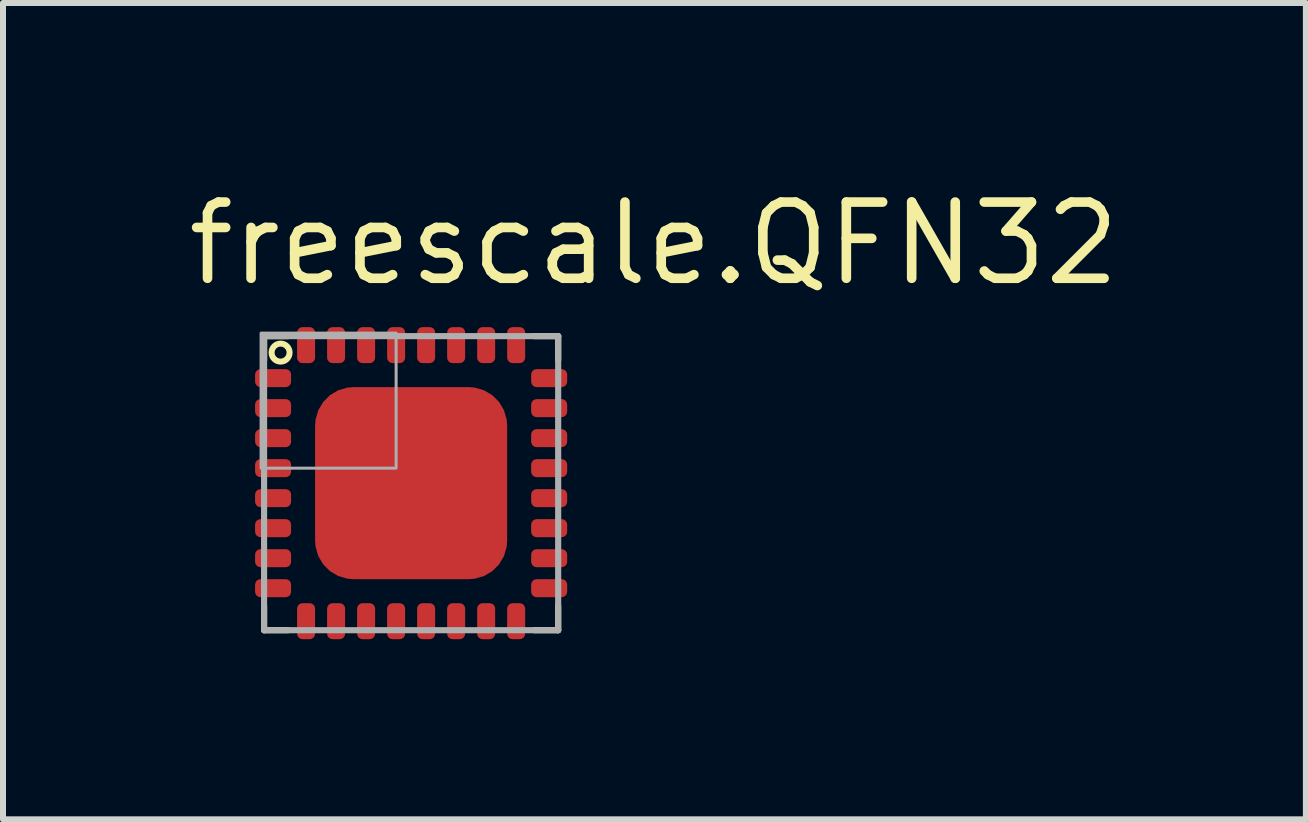
<source format=kicad_pcb>
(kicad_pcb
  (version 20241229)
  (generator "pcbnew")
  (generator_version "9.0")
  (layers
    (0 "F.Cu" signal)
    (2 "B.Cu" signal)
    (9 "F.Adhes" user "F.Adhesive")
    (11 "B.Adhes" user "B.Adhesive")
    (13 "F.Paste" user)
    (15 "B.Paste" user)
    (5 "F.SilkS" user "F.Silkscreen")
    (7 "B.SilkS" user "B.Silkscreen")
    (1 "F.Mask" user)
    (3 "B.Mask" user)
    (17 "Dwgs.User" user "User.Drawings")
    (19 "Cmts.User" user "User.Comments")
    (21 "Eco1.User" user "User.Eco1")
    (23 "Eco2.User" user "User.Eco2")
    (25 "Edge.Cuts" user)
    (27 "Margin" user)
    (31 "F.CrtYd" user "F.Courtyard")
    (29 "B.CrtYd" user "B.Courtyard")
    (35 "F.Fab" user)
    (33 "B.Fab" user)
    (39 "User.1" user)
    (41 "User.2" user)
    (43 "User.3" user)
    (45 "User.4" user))
  (footprint "freescale.QFN32"
    (layer "F.Cu")
    (at 3.8 5)
    (property "Reference" "freescale.QFN32" (at -3.8 -3.25 0) (layer "F.SilkS") (effects (font (size 1.27 1.27) (thickness 0.16)) (justify left bottom)))
    (attr smd)
    (fp_poly (pts (xy -2.55 -1.35) (xy -2.05 -1.35) (xy -2.05 -1.15) (xy -2.55 -1.15)) (stroke (width 0.102) (type default)) (fill yes) (layer "F.Mask"))
    (fp_poly (pts (xy -2.55 -0.85) (xy -2.05 -0.85) (xy -2.05 -0.65) (xy -2.55 -0.65)) (stroke (width 0.102) (type default)) (fill yes) (layer "F.Mask"))
    (fp_poly (pts (xy -2.55 -0.35) (xy -2.05 -0.35) (xy -2.05 -0.15) (xy -2.55 -0.15)) (stroke (width 0.102) (type default)) (fill yes) (layer "F.Mask"))
    (fp_poly (pts (xy -2.55 0.15) (xy -2.05 0.15) (xy -2.05 0.35) (xy -2.55 0.35)) (stroke (width 0.102) (type default)) (fill yes) (layer "F.Mask"))
    (fp_poly (pts (xy -2.55 0.65) (xy -2.05 0.65) (xy -2.05 0.85) (xy -2.55 0.85)) (stroke (width 0.102) (type default)) (fill yes) (layer "F.Mask"))
    (fp_poly (pts (xy -2.55 1.15) (xy -2.05 1.15) (xy -2.05 1.35) (xy -2.55 1.35)) (stroke (width 0.102) (type default)) (fill yes) (layer "F.Mask"))
    (fp_poly (pts (xy -1.35 2.55) (xy -1.35 2.05) (xy -1.15 2.05) (xy -1.15 2.55)) (stroke (width 0.102) (type default)) (fill yes) (layer "F.Mask"))
    (fp_poly (pts (xy -1.15 -2.55) (xy -1.15 -2.05) (xy -1.35 -2.05) (xy -1.35 -2.55)) (stroke (width 0.102) (type default)) (fill yes) (layer "F.Mask"))
    (fp_poly (pts (xy -0.85 2.55) (xy -0.85 2.05) (xy -0.65 2.05) (xy -0.65 2.55)) (stroke (width 0.102) (type default)) (fill yes) (layer "F.Mask"))
    (fp_poly (pts (xy -0.65 -2.55) (xy -0.65 -2.05) (xy -0.85 -2.05) (xy -0.85 -2.55)) (stroke (width 0.102) (type default)) (fill yes) (layer "F.Mask"))
    (fp_poly (pts (xy -0.35 2.55) (xy -0.35 2.05) (xy -0.15 2.05) (xy -0.15 2.55)) (stroke (width 0.102) (type default)) (fill yes) (layer "F.Mask"))
    (fp_poly (pts (xy -0.15 -2.55) (xy -0.15 -2.05) (xy -0.35 -2.05) (xy -0.35 -2.55)) (stroke (width 0.102) (type default)) (fill yes) (layer "F.Mask"))
    (fp_poly (pts (xy 0.15 2.55) (xy 0.15 2.05) (xy 0.35 2.05) (xy 0.35 2.55)) (stroke (width 0.102) (type default)) (fill yes) (layer "F.Mask"))
    (fp_poly (pts (xy 0.35 -2.55) (xy 0.35 -2.05) (xy 0.15 -2.05) (xy 0.15 -2.55)) (stroke (width 0.102) (type default)) (fill yes) (layer "F.Mask"))
    (fp_poly (pts (xy 0.65 2.55) (xy 0.65 2.05) (xy 0.85 2.05) (xy 0.85 2.55)) (stroke (width 0.102) (type default)) (fill yes) (layer "F.Mask"))
    (fp_poly (pts (xy 0.85 -2.55) (xy 0.85 -2.05) (xy 0.65 -2.05) (xy 0.65 -2.55)) (stroke (width 0.102) (type default)) (fill yes) (layer "F.Mask"))
    (fp_poly (pts (xy 1.15 2.55) (xy 1.15 2.05) (xy 1.35 2.05) (xy 1.35 2.55)) (stroke (width 0.102) (type default)) (fill yes) (layer "F.Mask"))
    (fp_poly (pts (xy 1.35 -2.55) (xy 1.35 -2.05) (xy 1.15 -2.05) (xy 1.15 -2.55)) (stroke (width 0.102) (type default)) (fill yes) (layer "F.Mask"))
    (fp_poly (pts (xy 2.55 -1.15) (xy 2.05 -1.15) (xy 2.05 -1.35) (xy 2.55 -1.35)) (stroke (width 0.102) (type default)) (fill yes) (layer "F.Mask"))
    (fp_poly (pts (xy 2.55 -0.65) (xy 2.05 -0.65) (xy 2.05 -0.85) (xy 2.55 -0.85)) (stroke (width 0.102) (type default)) (fill yes) (layer "F.Mask"))
    (fp_poly (pts (xy 2.55 -0.15) (xy 2.05 -0.15) (xy 2.05 -0.35) (xy 2.55 -0.35)) (stroke (width 0.102) (type default)) (fill yes) (layer "F.Mask"))
    (fp_poly (pts (xy 2.55 0.35) (xy 2.05 0.35) (xy 2.05 0.15) (xy 2.55 0.15)) (stroke (width 0.102) (type default)) (fill yes) (layer "F.Mask"))
    (fp_poly (pts (xy 2.55 0.85) (xy 2.05 0.85) (xy 2.05 0.65) (xy 2.55 0.65)) (stroke (width 0.102) (type default)) (fill yes) (layer "F.Mask"))
    (fp_poly (pts (xy 2.55 1.35) (xy 2.05 1.35) (xy 2.05 1.15) (xy 2.55 1.15)) (stroke (width 0.102) (type default)) (fill yes) (layer "F.Mask"))
    (fp_poly (pts (xy -2.55 -1.85) (xy -2.1 -1.85) (xy -2.05 -1.8) (xy -2.05 -1.65) (xy -2.55 -1.65)) (stroke (width 0.102) (type default)) (fill yes) (layer "F.Mask"))
    (fp_poly (pts (xy -2.55 1.85) (xy -2.1 1.85) (xy -2.05 1.8) (xy -2.05 1.65) (xy -2.55 1.65)) (stroke (width 0.102) (type default)) (fill yes) (layer "F.Mask"))
    (fp_poly (pts (xy -1.85 -2.55) (xy -1.85 -2.1) (xy -1.8 -2.05) (xy -1.65 -2.05) (xy -1.65 -2.55)) (stroke (width 0.102) (type default)) (fill yes) (layer "F.Mask"))
    (fp_poly (pts (xy -1.85 2.55) (xy -1.85 2.1) (xy -1.8 2.05) (xy -1.65 2.05) (xy -1.65 2.55)) (stroke (width 0.102) (type default)) (fill yes) (layer "F.Mask"))
    (fp_poly (pts (xy -1.325 -1.175) (xy -1.175 -1.325) (xy 1.325 -1.325) (xy 1.325 1.325) (xy -1.325 1.325)) (stroke (width 0.5) (type default)) (fill yes) (layer "F.Mask"))
    (fp_poly (pts (xy 1.85 -2.55) (xy 1.85 -2.1) (xy 1.8 -2.05) (xy 1.65 -2.05) (xy 1.65 -2.55)) (stroke (width 0.102) (type default)) (fill yes) (layer "F.Mask"))
    (fp_poly (pts (xy 1.85 2.55) (xy 1.85 2.1) (xy 1.8 2.05) (xy 1.65 2.05) (xy 1.65 2.55)) (stroke (width 0.102) (type default)) (fill yes) (layer "F.Mask"))
    (fp_poly (pts (xy 2.55 -1.85) (xy 2.1 -1.85) (xy 2.05 -1.8) (xy 2.05 -1.65) (xy 2.55 -1.65)) (stroke (width 0.102) (type default)) (fill yes) (layer "F.Mask"))
    (fp_poly (pts (xy 2.55 1.85) (xy 2.1 1.85) (xy 2.05 1.8) (xy 2.05 1.65) (xy 2.55 1.65)) (stroke (width 0.102) (type default)) (fill yes) (layer "F.Mask"))
    (fp_line (start -2.45 -2.45) (end -2.05 -2.45) (stroke (width 0.102) (type default)) (layer "F.SilkS"))
    (fp_line (start -2.45 -2.05) (end -2.45 -2.45) (stroke (width 0.102) (type default)) (layer "F.SilkS"))
    (fp_line (start -2.45 2.45) (end -2.45 2.05) (stroke (width 0.102) (type default)) (layer "F.SilkS"))
    (fp_line (start -2.05 2.45) (end -2.45 2.45) (stroke (width 0.102) (type default)) (layer "F.SilkS"))
    (fp_line (start 2.05 -2.45) (end 2.45 -2.45) (stroke (width 0.102) (type default)) (layer "F.SilkS"))
    (fp_line (start 2.45 -2.45) (end 2.45 -2.05) (stroke (width 0.102) (type default)) (layer "F.SilkS"))
    (fp_line (start 2.45 2.05) (end 2.45 2.45) (stroke (width 0.102) (type default)) (layer "F.SilkS"))
    (fp_line (start 2.45 2.45) (end 2.05 2.45) (stroke (width 0.102) (type default)) (layer "F.SilkS"))
    (fp_circle (center -2.175 -2.175) (end -2.025 -2.175) (stroke (width 0.1) (type default)) (fill no) (layer "F.SilkS"))
    (fp_rect (start -1.3 -1.1) (end -0.7 -1.4) (stroke (width 0.05) (type default)) (fill yes) (layer "F.Paste"))
    (fp_rect (start -1.3 -0.6) (end -0.7 -0.9) (stroke (width 0.05) (type default)) (fill yes) (layer "F.Paste"))
    (fp_rect (start -1.3 -0.1) (end -0.7 -0.4) (stroke (width 0.05) (type default)) (fill yes) (layer "F.Paste"))
    (fp_rect (start -1.3 0.4) (end -0.7 0.1) (stroke (width 0.05) (type default)) (fill yes) (layer "F.Paste"))
    (fp_rect (start -1.3 0.9) (end -0.7 0.6) (stroke (width 0.05) (type default)) (fill yes) (layer "F.Paste"))
    (fp_rect (start -1.3 1.4) (end -0.7 1.1) (stroke (width 0.05) (type default)) (fill yes) (layer "F.Paste"))
    (fp_rect (start -0.3 -1.1) (end 0.3 -1.4) (stroke (width 0.05) (type default)) (fill yes) (layer "F.Paste"))
    (fp_rect (start -0.3 -0.6) (end 0.3 -0.9) (stroke (width 0.05) (type default)) (fill yes) (layer "F.Paste"))
    (fp_rect (start -0.3 -0.1) (end 0.3 -0.4) (stroke (width 0.05) (type default)) (fill yes) (layer "F.Paste"))
    (fp_rect (start -0.3 0.4) (end 0.3 0.1) (stroke (width 0.05) (type default)) (fill yes) (layer "F.Paste"))
    (fp_rect (start -0.3 0.9) (end 0.3 0.6) (stroke (width 0.05) (type default)) (fill yes) (layer "F.Paste"))
    (fp_rect (start -0.3 1.4) (end 0.3 1.1) (stroke (width 0.05) (type default)) (fill yes) (layer "F.Paste"))
    (fp_rect (start 0.7 -1.1) (end 1.3 -1.4) (stroke (width 0.05) (type default)) (fill yes) (layer "F.Paste"))
    (fp_rect (start 0.7 -0.6) (end 1.3 -0.9) (stroke (width 0.05) (type default)) (fill yes) (layer "F.Paste"))
    (fp_rect (start 0.7 -0.1) (end 1.3 -0.4) (stroke (width 0.05) (type default)) (fill yes) (layer "F.Paste"))
    (fp_rect (start 0.7 0.4) (end 1.3 0.1) (stroke (width 0.05) (type default)) (fill yes) (layer "F.Paste"))
    (fp_rect (start 0.7 0.9) (end 1.3 0.6) (stroke (width 0.05) (type default)) (fill yes) (layer "F.Paste"))
    (fp_rect (start 0.7 1.4) (end 1.3 1.1) (stroke (width 0.05) (type default)) (fill yes) (layer "F.Paste"))
    (fp_poly (pts (xy -2.525 -1.325) (xy -2.075 -1.325) (xy -2.075 -1.175) (xy -2.525 -1.175)) (stroke (width 0.102) (type default)) (fill yes) (layer "F.Paste"))
    (fp_poly (pts (xy -2.525 -0.825) (xy -2.075 -0.825) (xy -2.075 -0.675) (xy -2.525 -0.675)) (stroke (width 0.102) (type default)) (fill yes) (layer "F.Paste"))
    (fp_poly (pts (xy -2.525 -0.325) (xy -2.075 -0.325) (xy -2.075 -0.175) (xy -2.525 -0.175)) (stroke (width 0.102) (type default)) (fill yes) (layer "F.Paste"))
    (fp_poly (pts (xy -2.525 0.175) (xy -2.075 0.175) (xy -2.075 0.325) (xy -2.525 0.325)) (stroke (width 0.102) (type default)) (fill yes) (layer "F.Paste"))
    (fp_poly (pts (xy -2.525 0.675) (xy -2.075 0.675) (xy -2.075 0.825) (xy -2.525 0.825)) (stroke (width 0.102) (type default)) (fill yes) (layer "F.Paste"))
    (fp_poly (pts (xy -2.525 1.175) (xy -2.075 1.175) (xy -2.075 1.325) (xy -2.525 1.325)) (stroke (width 0.102) (type default)) (fill yes) (layer "F.Paste"))
    (fp_poly (pts (xy -1.325 2.525) (xy -1.325 2.075) (xy -1.175 2.075) (xy -1.175 2.525)) (stroke (width 0.102) (type default)) (fill yes) (layer "F.Paste"))
    (fp_poly (pts (xy -1.175 -2.525) (xy -1.175 -2.075) (xy -1.325 -2.075) (xy -1.325 -2.525)) (stroke (width 0.102) (type default)) (fill yes) (layer "F.Paste"))
    (fp_poly (pts (xy -0.825 2.525) (xy -0.825 2.075) (xy -0.675 2.075) (xy -0.675 2.525)) (stroke (width 0.102) (type default)) (fill yes) (layer "F.Paste"))
    (fp_poly (pts (xy -0.675 -2.525) (xy -0.675 -2.075) (xy -0.825 -2.075) (xy -0.825 -2.525)) (stroke (width 0.102) (type default)) (fill yes) (layer "F.Paste"))
    (fp_poly (pts (xy -0.325 2.525) (xy -0.325 2.075) (xy -0.175 2.075) (xy -0.175 2.525)) (stroke (width 0.102) (type default)) (fill yes) (layer "F.Paste"))
    (fp_poly (pts (xy -0.175 -2.525) (xy -0.175 -2.075) (xy -0.325 -2.075) (xy -0.325 -2.525)) (stroke (width 0.102) (type default)) (fill yes) (layer "F.Paste"))
    (fp_poly (pts (xy 0.175 2.525) (xy 0.175 2.075) (xy 0.325 2.075) (xy 0.325 2.525)) (stroke (width 0.102) (type default)) (fill yes) (layer "F.Paste"))
    (fp_poly (pts (xy 0.325 -2.525) (xy 0.325 -2.075) (xy 0.175 -2.075) (xy 0.175 -2.525)) (stroke (width 0.102) (type default)) (fill yes) (layer "F.Paste"))
    (fp_poly (pts (xy 0.675 2.525) (xy 0.675 2.075) (xy 0.825 2.075) (xy 0.825 2.525)) (stroke (width 0.102) (type default)) (fill yes) (layer "F.Paste"))
    (fp_poly (pts (xy 0.825 -2.525) (xy 0.825 -2.075) (xy 0.675 -2.075) (xy 0.675 -2.525)) (stroke (width 0.102) (type default)) (fill yes) (layer "F.Paste"))
    (fp_poly (pts (xy 1.175 2.525) (xy 1.175 2.075) (xy 1.325 2.075) (xy 1.325 2.525)) (stroke (width 0.102) (type default)) (fill yes) (layer "F.Paste"))
    (fp_poly (pts (xy 1.325 -2.525) (xy 1.325 -2.075) (xy 1.175 -2.075) (xy 1.175 -2.525)) (stroke (width 0.102) (type default)) (fill yes) (layer "F.Paste"))
    (fp_poly (pts (xy 2.525 -1.175) (xy 2.075 -1.175) (xy 2.075 -1.325) (xy 2.525 -1.325)) (stroke (width 0.102) (type default)) (fill yes) (layer "F.Paste"))
    (fp_poly (pts (xy 2.525 -0.675) (xy 2.075 -0.675) (xy 2.075 -0.825) (xy 2.525 -0.825)) (stroke (width 0.102) (type default)) (fill yes) (layer "F.Paste"))
    (fp_poly (pts (xy 2.525 -0.175) (xy 2.075 -0.175) (xy 2.075 -0.325) (xy 2.525 -0.325)) (stroke (width 0.102) (type default)) (fill yes) (layer "F.Paste"))
    (fp_poly (pts (xy 2.525 0.325) (xy 2.075 0.325) (xy 2.075 0.175) (xy 2.525 0.175)) (stroke (width 0.102) (type default)) (fill yes) (layer "F.Paste"))
    (fp_poly (pts (xy 2.525 0.825) (xy 2.075 0.825) (xy 2.075 0.675) (xy 2.525 0.675)) (stroke (width 0.102) (type default)) (fill yes) (layer "F.Paste"))
    (fp_poly (pts (xy 2.525 1.325) (xy 2.075 1.325) (xy 2.075 1.175) (xy 2.525 1.175)) (stroke (width 0.102) (type default)) (fill yes) (layer "F.Paste"))
    (fp_poly (pts (xy -2.525 -1.825) (xy -2.125 -1.825) (xy -2.075 -1.775) (xy -2.075 -1.675) (xy -2.525 -1.675)) (stroke (width 0.102) (type default)) (fill yes) (layer "F.Paste"))
    (fp_poly (pts (xy -2.525 1.825) (xy -2.125 1.825) (xy -2.075 1.775) (xy -2.075 1.675) (xy -2.525 1.675)) (stroke (width 0.102) (type default)) (fill yes) (layer "F.Paste"))
    (fp_poly (pts (xy -1.825 -2.525) (xy -1.825 -2.125) (xy -1.775 -2.075) (xy -1.675 -2.075) (xy -1.675 -2.525)) (stroke (width 0.102) (type default)) (fill yes) (layer "F.Paste"))
    (fp_poly (pts (xy -1.825 2.525) (xy -1.825 2.125) (xy -1.775 2.075) (xy -1.675 2.075) (xy -1.675 2.525)) (stroke (width 0.102) (type default)) (fill yes) (layer "F.Paste"))
    (fp_poly (pts (xy 1.825 -2.525) (xy 1.825 -2.125) (xy 1.775 -2.075) (xy 1.675 -2.075) (xy 1.675 -2.525)) (stroke (width 0.102) (type default)) (fill yes) (layer "F.Paste"))
    (fp_poly (pts (xy 1.825 2.525) (xy 1.825 2.125) (xy 1.775 2.075) (xy 1.675 2.075) (xy 1.675 2.525)) (stroke (width 0.102) (type default)) (fill yes) (layer "F.Paste"))
    (fp_poly (pts (xy 2.525 -1.825) (xy 2.125 -1.825) (xy 2.075 -1.775) (xy 2.075 -1.675) (xy 2.525 -1.675)) (stroke (width 0.102) (type default)) (fill yes) (layer "F.Paste"))
    (fp_poly (pts (xy 2.525 1.825) (xy 2.125 1.825) (xy 2.075 1.775) (xy 2.075 1.675) (xy 2.525 1.675)) (stroke (width 0.102) (type default)) (fill yes) (layer "F.Paste"))
    (fp_line (start -2.45 -2.45) (end 2.45 -2.45) (stroke (width 0.102) (type default)) (layer "F.Fab"))
    (fp_line (start -2.45 2.45) (end -2.45 -2.45) (stroke (width 0.102) (type default)) (layer "F.Fab"))
    (fp_line (start 2.45 -2.45) (end 2.45 2.45) (stroke (width 0.102) (type default)) (layer "F.Fab"))
    (fp_line (start 2.45 2.45) (end -2.45 2.45) (stroke (width 0.102) (type default)) (layer "F.Fab"))
    (fp_rect (start -2.5 -0.25) (end -0.25 -2.5) (stroke (width 0.05) (type default)) (fill no) (layer "F.Fab"))
    (pad "1" smd roundrect (at -2.3 -1.75) (size 0.6 0.3) (layers "F.Cu" "F.Mask" "F.Paste") (roundrect_rratio 0.3))
    (pad "2" smd roundrect (at -2.3 -1.25) (size 0.6 0.3) (layers "F.Cu" "F.Mask" "F.Paste") (roundrect_rratio 0.3))
    (pad "3" smd roundrect (at -2.3 -0.75) (size 0.6 0.3) (layers "F.Cu" "F.Mask" "F.Paste") (roundrect_rratio 0.3))
    (pad "4" smd roundrect (at -2.3 -0.25) (size 0.6 0.3) (layers "F.Cu" "F.Mask" "F.Paste") (roundrect_rratio 0.3))
    (pad "5" smd roundrect (at -2.3 0.25) (size 0.6 0.3) (layers "F.Cu" "F.Mask" "F.Paste") (roundrect_rratio 0.3))
    (pad "6" smd roundrect (at -2.3 0.75) (size 0.6 0.3) (layers "F.Cu" "F.Mask" "F.Paste") (roundrect_rratio 0.3))
    (pad "7" smd roundrect (at -2.3 1.25) (size 0.6 0.3) (layers "F.Cu" "F.Mask" "F.Paste") (roundrect_rratio 0.3))
    (pad "8" smd roundrect (at -2.3 1.75) (size 0.6 0.3) (layers "F.Cu" "F.Mask" "F.Paste") (roundrect_rratio 0.3))
    (pad "9" smd roundrect (at -1.75 2.3 90) (size 0.6 0.3) (layers "F.Cu" "F.Mask" "F.Paste") (roundrect_rratio 0.3))
    (pad "10" smd roundrect (at -1.25 2.3 90) (size 0.6 0.3) (layers "F.Cu" "F.Mask" "F.Paste") (roundrect_rratio 0.3))
    (pad "11" smd roundrect (at -0.75 2.3 90) (size 0.6 0.3) (layers "F.Cu" "F.Mask" "F.Paste") (roundrect_rratio 0.3))
    (pad "12" smd roundrect (at -0.25 2.3 90) (size 0.6 0.3) (layers "F.Cu" "F.Mask" "F.Paste") (roundrect_rratio 0.3))
    (pad "13" smd roundrect (at 0.25 2.3 90) (size 0.6 0.3) (layers "F.Cu" "F.Mask" "F.Paste") (roundrect_rratio 0.3))
    (pad "14" smd roundrect (at 0.75 2.3 90) (size 0.6 0.3) (layers "F.Cu" "F.Mask" "F.Paste") (roundrect_rratio 0.3))
    (pad "15" smd roundrect (at 1.25 2.3 90) (size 0.6 0.3) (layers "F.Cu" "F.Mask" "F.Paste") (roundrect_rratio 0.3))
    (pad "16" smd roundrect (at 1.75 2.3 90) (size 0.6 0.3) (layers "F.Cu" "F.Mask" "F.Paste") (roundrect_rratio 0.3))
    (pad "17" smd roundrect (at 2.3 1.75 180) (size 0.6 0.3) (layers "F.Cu" "F.Mask" "F.Paste") (roundrect_rratio 0.3))
    (pad "18" smd roundrect (at 2.3 1.25 180) (size 0.6 0.3) (layers "F.Cu" "F.Mask" "F.Paste") (roundrect_rratio 0.3))
    (pad "19" smd roundrect (at 2.3 0.75 180) (size 0.6 0.3) (layers "F.Cu" "F.Mask" "F.Paste") (roundrect_rratio 0.3))
    (pad "20" smd roundrect (at 2.3 0.25 180) (size 0.6 0.3) (layers "F.Cu" "F.Mask" "F.Paste") (roundrect_rratio 0.3))
    (pad "21" smd roundrect (at 2.3 -0.25 180) (size 0.6 0.3) (layers "F.Cu" "F.Mask" "F.Paste") (roundrect_rratio 0.3))
    (pad "22" smd roundrect (at 2.3 -0.75 180) (size 0.6 0.3) (layers "F.Cu" "F.Mask" "F.Paste") (roundrect_rratio 0.3))
    (pad "23" smd roundrect (at 2.3 -1.25 180) (size 0.6 0.3) (layers "F.Cu" "F.Mask" "F.Paste") (roundrect_rratio 0.3))
    (pad "24" smd roundrect (at 2.3 -1.75 180) (size 0.6 0.3) (layers "F.Cu" "F.Mask" "F.Paste") (roundrect_rratio 0.3))
    (pad "25" smd roundrect (at 1.75 -2.3 270) (size 0.6 0.3) (layers "F.Cu" "F.Mask" "F.Paste") (roundrect_rratio 0.3))
    (pad "26" smd roundrect (at 1.25 -2.3 270) (size 0.6 0.3) (layers "F.Cu" "F.Mask" "F.Paste") (roundrect_rratio 0.3))
    (pad "27" smd roundrect (at 0.75 -2.3 270) (size 0.6 0.3) (layers "F.Cu" "F.Mask" "F.Paste") (roundrect_rratio 0.3))
    (pad "28" smd roundrect (at 0.25 -2.3 270) (size 0.6 0.3) (layers "F.Cu" "F.Mask" "F.Paste") (roundrect_rratio 0.3))
    (pad "29" smd roundrect (at -0.25 -2.3 270) (size 0.6 0.3) (layers "F.Cu" "F.Mask" "F.Paste") (roundrect_rratio 0.3))
    (pad "30" smd roundrect (at -0.75 -2.3 270) (size 0.6 0.3) (layers "F.Cu" "F.Mask" "F.Paste") (roundrect_rratio 0.3))
    (pad "31" smd roundrect (at -1.25 -2.3 270) (size 0.6 0.3) (layers "F.Cu" "F.Mask" "F.Paste") (roundrect_rratio 0.3))
    (pad "32" smd roundrect (at -1.75 -2.3 270) (size 0.6 0.3) (layers "F.Cu" "F.Mask" "F.Paste") (roundrect_rratio 0.3))
    (pad "EXP" smd roundrect (at 0 0) (size 3.2 3.2) (layers "F.Cu" "F.Mask" "F.Paste") (roundrect_rratio 0.2)))
  (gr_rect
    (start -3 -3)
    (end 18.708 10.601)
    (stroke (width 0.1) (type default))
    (fill no)
    (layer "Edge.Cuts")))
</source>
